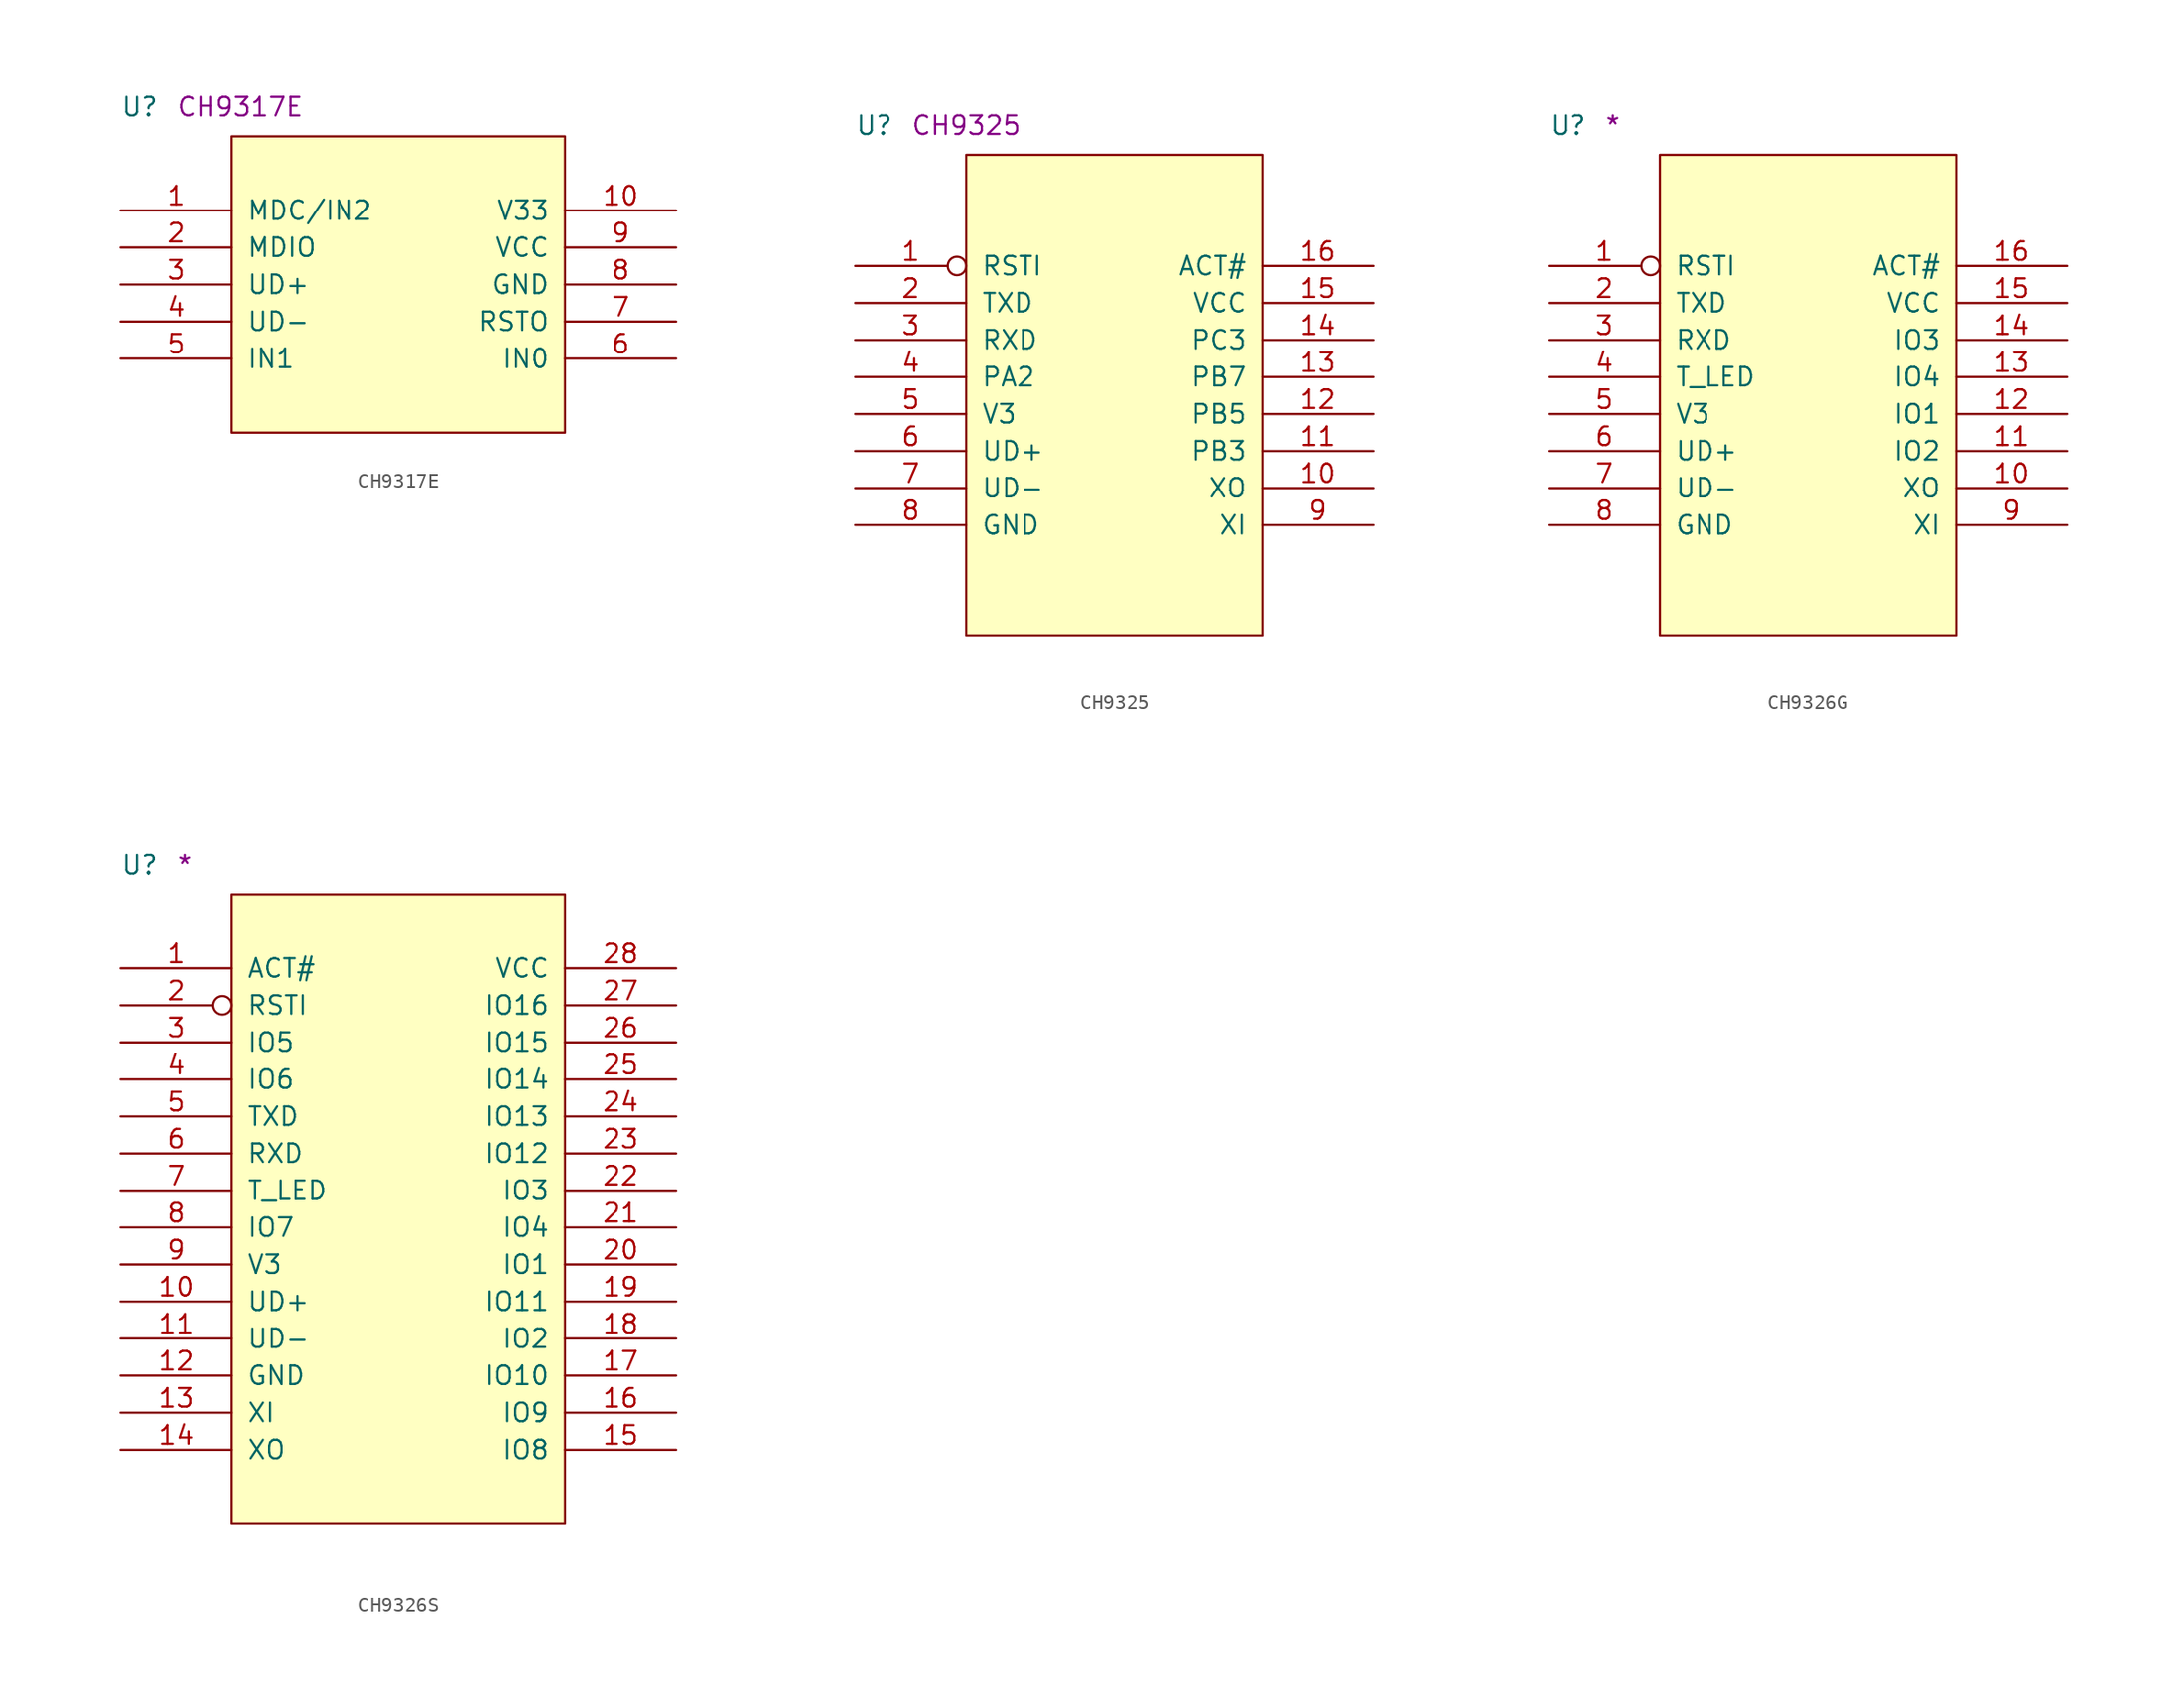
<source format=kicad_sym>
(kicad_symbol_lib
  (version 20211014)
  (generator kicad_symbol_editor)
  (symbol "CH9317E"
    (pin_names
      (offset 1.016))
    (property "Reference" "U"
      (at -7.62 1.27 0)
      (effects (font (size 1.27 1.27)) (justify left bottom)))
    (property "Comment" "CH9317E"
      (at -3.81 1.27 0)
      (effects (font (size 1.27 1.27)) (justify left bottom)))
    (symbol "CH9317E_1_1"
      (rectangle (start 0 -20.32) (end 22.86 0) (stroke (width 0) (type default) (color 0 0 0 0)) (fill (type background)))
      (pin bidirectional line (at -7.62 -5.08 0) (length 7.62) (name "MDC/IN2" (effects (font (size 1.27 1.27)))) (number "1" (effects (font (size 1.27 1.27)))))
      (pin power_in line (at 30.48 -5.08 180) (length 7.62) (name "V33" (effects (font (size 1.27 1.27)))) (number "10" (effects (font (size 1.27 1.27)))))
      (pin bidirectional line (at -7.62 -7.62 0) (length 7.62) (name "MDIO" (effects (font (size 1.27 1.27)))) (number "2" (effects (font (size 1.27 1.27)))))
      (pin bidirectional line (at -7.62 -10.16 0) (length 7.62) (name "UD+" (effects (font (size 1.27 1.27)))) (number "3" (effects (font (size 1.27 1.27)))))
      (pin bidirectional line (at -7.62 -12.7 0) (length 7.62) (name "UD-" (effects (font (size 1.27 1.27)))) (number "4" (effects (font (size 1.27 1.27)))))
      (pin input line (at -7.62 -15.24 0) (length 7.62) (name "IN1" (effects (font (size 1.27 1.27)))) (number "5" (effects (font (size 1.27 1.27)))))
      (pin input line (at 30.48 -15.24 180) (length 7.62) (name "IN0" (effects (font (size 1.27 1.27)))) (number "6" (effects (font (size 1.27 1.27)))))
      (pin output line (at 30.48 -12.7 180) (length 7.62) (name "RSTO" (effects (font (size 1.27 1.27)))) (number "7" (effects (font (size 1.27 1.27)))))
      (pin power_in line (at 30.48 -10.16 180) (length 7.62) (name "GND" (effects (font (size 1.27 1.27)))) (number "8" (effects (font (size 1.27 1.27)))))
      (pin power_in line (at 30.48 -7.62 180) (length 7.62) (name "VCC" (effects (font (size 1.27 1.27)))) (number "9" (effects (font (size 1.27 1.27)))))))
  (symbol "CH9325"
    (pin_names
      (offset 1.016))
    (property "Reference" "U"
      (at -7.62 1.27 0)
      (effects (font (size 1.27 1.27)) (justify left bottom)))
    (property "Comment" "CH9325"
      (at -3.81 1.27 0)
      (effects (font (size 1.27 1.27)) (justify left bottom)))
    (symbol "CH9325_1_1"
      (rectangle (start 0 -33.02) (end 20.32 0) (stroke (width 0) (type default) (color 0 0 0 0)) (fill (type background)))
      (pin input inverted (at -7.62 -7.62 0) (length 7.62) (name "RSTI" (effects (font (size 1.27 1.27)))) (number "1" (effects (font (size 1.27 1.27)))))
      (pin output line (at 27.94 -22.86 180) (length 7.62) (name "XO" (effects (font (size 1.27 1.27)))) (number "10" (effects (font (size 1.27 1.27)))))
      (pin bidirectional line (at 27.94 -20.32 180) (length 7.62) (name "PB3" (effects (font (size 1.27 1.27)))) (number "11" (effects (font (size 1.27 1.27)))))
      (pin bidirectional line (at 27.94 -17.78 180) (length 7.62) (name "PB5" (effects (font (size 1.27 1.27)))) (number "12" (effects (font (size 1.27 1.27)))))
      (pin bidirectional line (at 27.94 -15.24 180) (length 7.62) (name "PB7" (effects (font (size 1.27 1.27)))) (number "13" (effects (font (size 1.27 1.27)))))
      (pin bidirectional line (at 27.94 -12.7 180) (length 7.62) (name "PC3" (effects (font (size 1.27 1.27)))) (number "14" (effects (font (size 1.27 1.27)))))
      (pin power_in line (at 27.94 -10.16 180) (length 7.62) (name "VCC" (effects (font (size 1.27 1.27)))) (number "15" (effects (font (size 1.27 1.27)))))
      (pin output line (at 27.94 -7.62 180) (length 7.62) (name "ACT#" (effects (font (size 1.27 1.27)))) (number "16" (effects (font (size 1.27 1.27)))))
      (pin output line (at -7.62 -10.16 0) (length 7.62) (name "TXD" (effects (font (size 1.27 1.27)))) (number "2" (effects (font (size 1.27 1.27)))))
      (pin input line (at -7.62 -12.7 0) (length 7.62) (name "RXD" (effects (font (size 1.27 1.27)))) (number "3" (effects (font (size 1.27 1.27)))))
      (pin output line (at -7.62 -15.24 0) (length 7.62) (name "PA2" (effects (font (size 1.27 1.27)))) (number "4" (effects (font (size 1.27 1.27)))))
      (pin power_in line (at -7.62 -17.78 0) (length 7.62) (name "V3" (effects (font (size 1.27 1.27)))) (number "5" (effects (font (size 1.27 1.27)))))
      (pin bidirectional line (at -7.62 -20.32 0) (length 7.62) (name "UD+" (effects (font (size 1.27 1.27)))) (number "6" (effects (font (size 1.27 1.27)))))
      (pin bidirectional line (at -7.62 -22.86 0) (length 7.62) (name "UD-" (effects (font (size 1.27 1.27)))) (number "7" (effects (font (size 1.27 1.27)))))
      (pin power_in line (at -7.62 -25.4 0) (length 7.62) (name "GND" (effects (font (size 1.27 1.27)))) (number "8" (effects (font (size 1.27 1.27)))))
      (pin input line (at 27.94 -25.4 180) (length 7.62) (name "XI" (effects (font (size 1.27 1.27)))) (number "9" (effects (font (size 1.27 1.27)))))))
  (symbol "CH9326G"
    (pin_names
      (offset 1.016))
    (property "Reference" "U"
      (at -7.62 1.27 0)
      (effects (font (size 1.27 1.27)) (justify left bottom)))
    (property "Comment" "*"
      (at -3.81 1.27 0)
      (effects (font (size 1.27 1.27)) (justify left bottom)))
    (symbol "CH9326G_1_1"
      (rectangle (start 0 -33.02) (end 20.32 0) (stroke (width 0) (type default) (color 0 0 0 0)) (fill (type background)))
      (pin input inverted (at -7.62 -7.62 0) (length 7.62) (name "RSTI" (effects (font (size 1.27 1.27)))) (number "1" (effects (font (size 1.27 1.27)))))
      (pin output line (at 27.94 -22.86 180) (length 7.62) (name "XO" (effects (font (size 1.27 1.27)))) (number "10" (effects (font (size 1.27 1.27)))))
      (pin bidirectional line (at 27.94 -20.32 180) (length 7.62) (name "IO2" (effects (font (size 1.27 1.27)))) (number "11" (effects (font (size 1.27 1.27)))))
      (pin bidirectional line (at 27.94 -17.78 180) (length 7.62) (name "IO1" (effects (font (size 1.27 1.27)))) (number "12" (effects (font (size 1.27 1.27)))))
      (pin bidirectional line (at 27.94 -15.24 180) (length 7.62) (name "IO4" (effects (font (size 1.27 1.27)))) (number "13" (effects (font (size 1.27 1.27)))))
      (pin bidirectional line (at 27.94 -12.7 180) (length 7.62) (name "IO3" (effects (font (size 1.27 1.27)))) (number "14" (effects (font (size 1.27 1.27)))))
      (pin power_in line (at 27.94 -10.16 180) (length 7.62) (name "VCC" (effects (font (size 1.27 1.27)))) (number "15" (effects (font (size 1.27 1.27)))))
      (pin bidirectional line (at 27.94 -7.62 180) (length 7.62) (name "ACT#" (effects (font (size 1.27 1.27)))) (number "16" (effects (font (size 1.27 1.27)))))
      (pin bidirectional line (at -7.62 -10.16 0) (length 7.62) (name "TXD" (effects (font (size 1.27 1.27)))) (number "2" (effects (font (size 1.27 1.27)))))
      (pin bidirectional line (at -7.62 -12.7 0) (length 7.62) (name "RXD" (effects (font (size 1.27 1.27)))) (number "3" (effects (font (size 1.27 1.27)))))
      (pin bidirectional line (at -7.62 -15.24 0) (length 7.62) (name "T_LED" (effects (font (size 1.27 1.27)))) (number "4" (effects (font (size 1.27 1.27)))))
      (pin power_in line (at -7.62 -17.78 0) (length 7.62) (name "V3" (effects (font (size 1.27 1.27)))) (number "5" (effects (font (size 1.27 1.27)))))
      (pin bidirectional line (at -7.62 -20.32 0) (length 7.62) (name "UD+" (effects (font (size 1.27 1.27)))) (number "6" (effects (font (size 1.27 1.27)))))
      (pin bidirectional line (at -7.62 -22.86 0) (length 7.62) (name "UD-" (effects (font (size 1.27 1.27)))) (number "7" (effects (font (size 1.27 1.27)))))
      (pin power_in line (at -7.62 -25.4 0) (length 7.62) (name "GND" (effects (font (size 1.27 1.27)))) (number "8" (effects (font (size 1.27 1.27)))))
      (pin input line (at 27.94 -25.4 180) (length 7.62) (name "XI" (effects (font (size 1.27 1.27)))) (number "9" (effects (font (size 1.27 1.27)))))))
  (symbol "CH9326S"
    (pin_names
      (offset 1.016))
    (property "Reference" "U"
      (at -7.62 1.27 0)
      (effects (font (size 1.27 1.27)) (justify left bottom)))
    (property "Comment" "*"
      (at -3.81 1.27 0)
      (effects (font (size 1.27 1.27)) (justify left bottom)))
    (symbol "CH9326S_1_1"
      (rectangle (start 0 -43.18) (end 22.86 0) (stroke (width 0) (type default) (color 0 0 0 0)) (fill (type background)))
      (pin bidirectional line (at -7.62 -5.08 0) (length 7.62) (name "ACT#" (effects (font (size 1.27 1.27)))) (number "1" (effects (font (size 1.27 1.27)))))
      (pin passive line (at -7.62 -27.94 0) (length 7.62) (name "UD+" (effects (font (size 1.27 1.27)))) (number "10" (effects (font (size 1.27 1.27)))))
      (pin passive line (at -7.62 -30.48 0) (length 7.62) (name "UD-" (effects (font (size 1.27 1.27)))) (number "11" (effects (font (size 1.27 1.27)))))
      (pin passive line (at -7.62 -33.02 0) (length 7.62) (name "GND" (effects (font (size 1.27 1.27)))) (number "12" (effects (font (size 1.27 1.27)))))
      (pin passive line (at -7.62 -35.56 0) (length 7.62) (name "XI" (effects (font (size 1.27 1.27)))) (number "13" (effects (font (size 1.27 1.27)))))
      (pin passive line (at -7.62 -38.1 0) (length 7.62) (name "XO" (effects (font (size 1.27 1.27)))) (number "14" (effects (font (size 1.27 1.27)))))
      (pin passive line (at 30.48 -38.1 180) (length 7.62) (name "IO8" (effects (font (size 1.27 1.27)))) (number "15" (effects (font (size 1.27 1.27)))))
      (pin passive line (at 30.48 -35.56 180) (length 7.62) (name "IO9" (effects (font (size 1.27 1.27)))) (number "16" (effects (font (size 1.27 1.27)))))
      (pin passive line (at 30.48 -33.02 180) (length 7.62) (name "IO10" (effects (font (size 1.27 1.27)))) (number "17" (effects (font (size 1.27 1.27)))))
      (pin passive line (at 30.48 -30.48 180) (length 7.62) (name "IO2" (effects (font (size 1.27 1.27)))) (number "18" (effects (font (size 1.27 1.27)))))
      (pin passive line (at 30.48 -27.94 180) (length 7.62) (name "IO11" (effects (font (size 1.27 1.27)))) (number "19" (effects (font (size 1.27 1.27)))))
      (pin input inverted (at -7.62 -7.62 0) (length 7.62) (name "RSTI" (effects (font (size 1.27 1.27)))) (number "2" (effects (font (size 1.27 1.27)))))
      (pin passive line (at 30.48 -25.4 180) (length 7.62) (name "IO1" (effects (font (size 1.27 1.27)))) (number "20" (effects (font (size 1.27 1.27)))))
      (pin passive line (at 30.48 -22.86 180) (length 7.62) (name "IO4" (effects (font (size 1.27 1.27)))) (number "21" (effects (font (size 1.27 1.27)))))
      (pin passive line (at 30.48 -20.32 180) (length 7.62) (name "IO3" (effects (font (size 1.27 1.27)))) (number "22" (effects (font (size 1.27 1.27)))))
      (pin passive line (at 30.48 -17.78 180) (length 7.62) (name "IO12" (effects (font (size 1.27 1.27)))) (number "23" (effects (font (size 1.27 1.27)))))
      (pin passive line (at 30.48 -15.24 180) (length 7.62) (name "IO13" (effects (font (size 1.27 1.27)))) (number "24" (effects (font (size 1.27 1.27)))))
      (pin passive line (at 30.48 -12.7 180) (length 7.62) (name "IO14" (effects (font (size 1.27 1.27)))) (number "25" (effects (font (size 1.27 1.27)))))
      (pin passive line (at 30.48 -10.16 180) (length 7.62) (name "IO15" (effects (font (size 1.27 1.27)))) (number "26" (effects (font (size 1.27 1.27)))))
      (pin passive line (at 30.48 -7.62 180) (length 7.62) (name "IO16" (effects (font (size 1.27 1.27)))) (number "27" (effects (font (size 1.27 1.27)))))
      (pin passive line (at 30.48 -5.08 180) (length 7.62) (name "VCC" (effects (font (size 1.27 1.27)))) (number "28" (effects (font (size 1.27 1.27)))))
      (pin passive line (at -7.62 -10.16 0) (length 7.62) (name "IO5" (effects (font (size 1.27 1.27)))) (number "3" (effects (font (size 1.27 1.27)))))
      (pin passive line (at -7.62 -12.7 0) (length 7.62) (name "IO6" (effects (font (size 1.27 1.27)))) (number "4" (effects (font (size 1.27 1.27)))))
      (pin passive line (at -7.62 -15.24 0) (length 7.62) (name "TXD" (effects (font (size 1.27 1.27)))) (number "5" (effects (font (size 1.27 1.27)))))
      (pin passive line (at -7.62 -17.78 0) (length 7.62) (name "RXD" (effects (font (size 1.27 1.27)))) (number "6" (effects (font (size 1.27 1.27)))))
      (pin passive line (at -7.62 -20.32 0) (length 7.62) (name "T_LED" (effects (font (size 1.27 1.27)))) (number "7" (effects (font (size 1.27 1.27)))))
      (pin passive line (at -7.62 -22.86 0) (length 7.62) (name "IO7" (effects (font (size 1.27 1.27)))) (number "8" (effects (font (size 1.27 1.27)))))
      (pin passive line (at -7.62 -25.4 0) (length 7.62) (name "V3" (effects (font (size 1.27 1.27)))) (number "9" (effects (font (size 1.27 1.27))))))))
</source>
